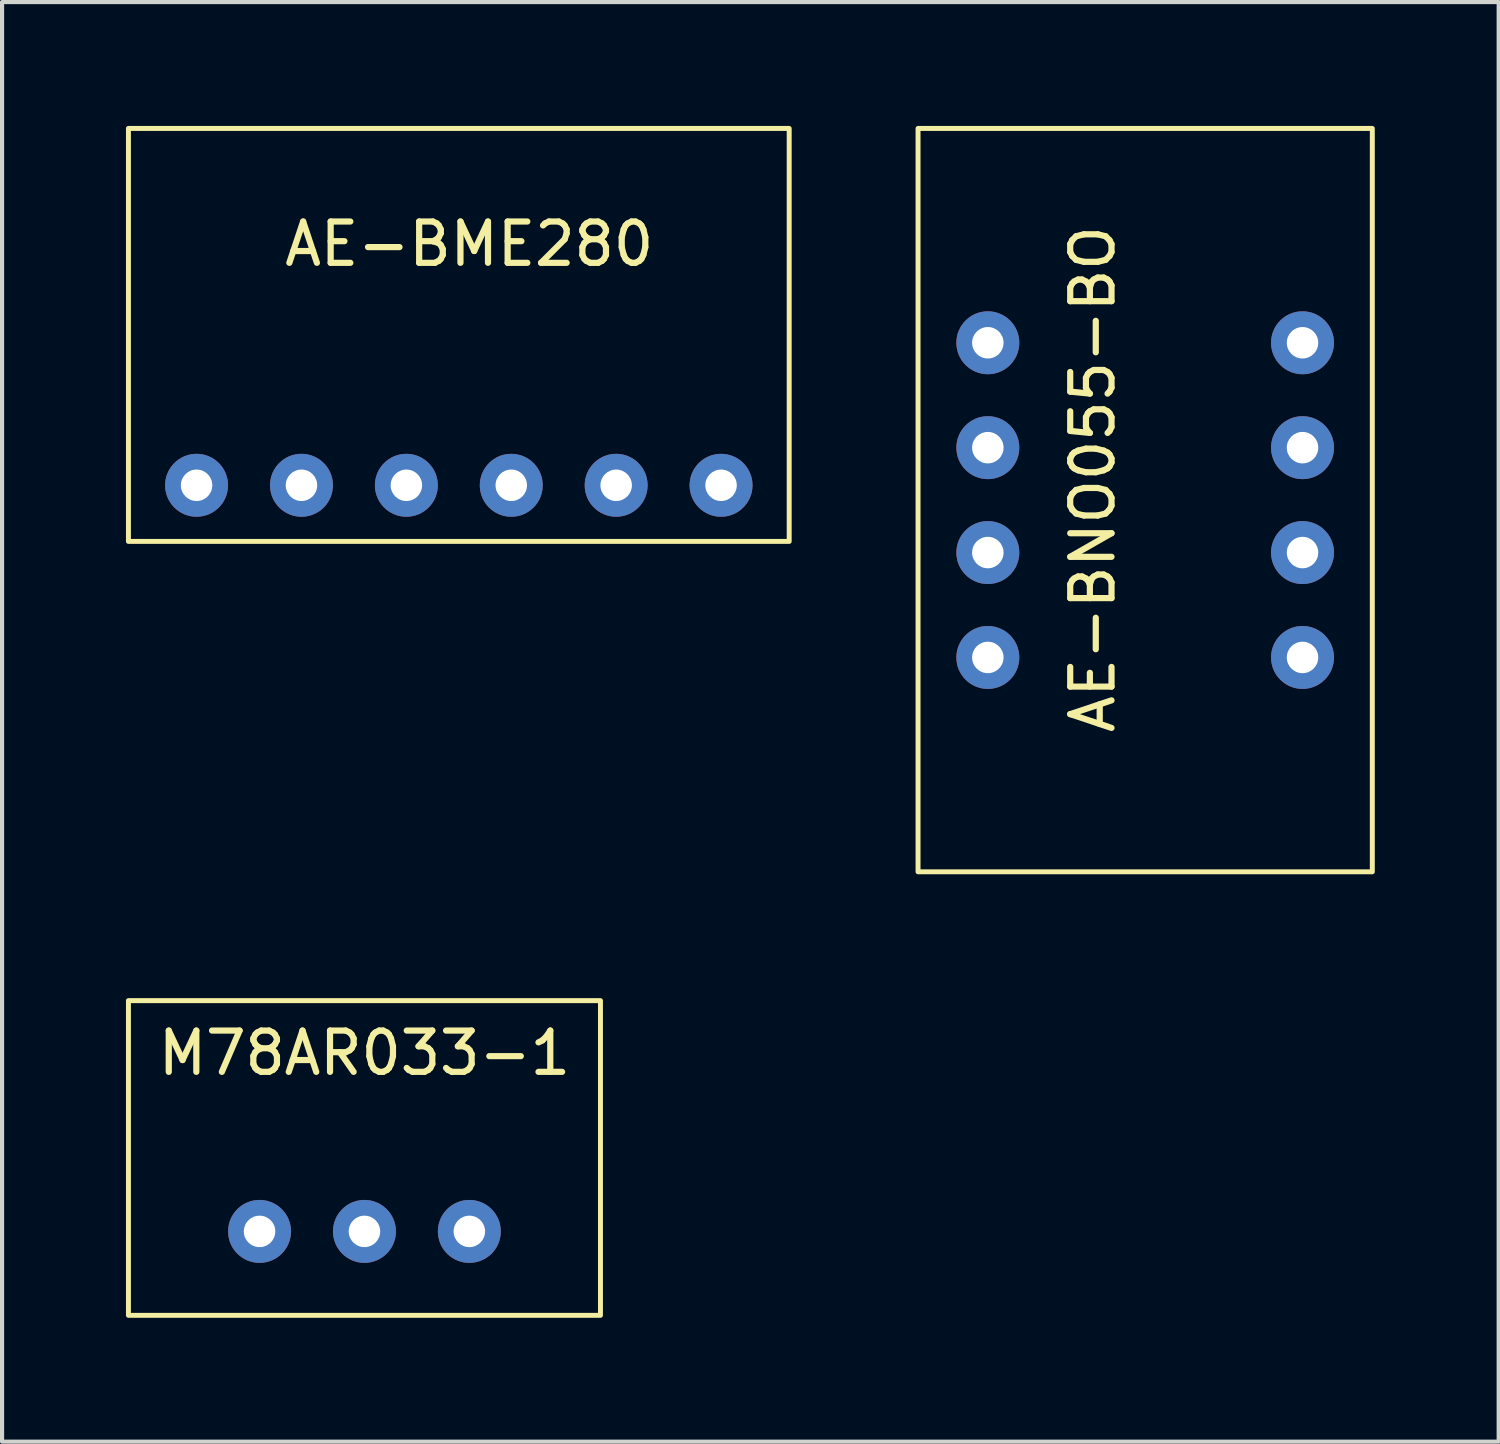
<source format=kicad_pcb>
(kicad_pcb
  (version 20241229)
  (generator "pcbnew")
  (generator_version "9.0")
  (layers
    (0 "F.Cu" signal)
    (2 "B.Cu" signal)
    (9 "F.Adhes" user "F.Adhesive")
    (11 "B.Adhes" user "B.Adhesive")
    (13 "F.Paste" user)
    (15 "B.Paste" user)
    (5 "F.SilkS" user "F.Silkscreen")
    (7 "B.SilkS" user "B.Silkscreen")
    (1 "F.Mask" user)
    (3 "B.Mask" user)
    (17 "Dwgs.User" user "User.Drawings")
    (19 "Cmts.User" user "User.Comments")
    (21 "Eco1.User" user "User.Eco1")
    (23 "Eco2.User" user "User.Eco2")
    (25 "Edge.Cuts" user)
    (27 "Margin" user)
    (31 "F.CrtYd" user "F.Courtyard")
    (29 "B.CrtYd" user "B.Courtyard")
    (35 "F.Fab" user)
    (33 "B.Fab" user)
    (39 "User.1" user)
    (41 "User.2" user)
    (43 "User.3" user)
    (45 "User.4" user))
  (footprint "AE-BME280"
    (layer "F.Cu")
    (at 8.06 8.701)
    (property "Reference" "AE-BME280" (at 0.254 -5.842 0) (unlocked yes) (layer "F.SilkS") (effects (font (size 1 1) (thickness 0.15))))
    (attr through_hole)
    (fp_rect (start -8 -8.641) (end 8 1.359) (stroke (width 0.12) (type default)) (fill no) (layer "F.SilkS"))
    (pad "1" thru_hole circle (at -6.35 0) (size 1.524 1.524) (drill 0.762) (layers "*.Cu" "*.Mask"))
    (pad "2" thru_hole circle (at -3.81 0) (size 1.524 1.524) (drill 0.762) (layers "*.Cu" "*.Mask"))
    (pad "3" thru_hole circle (at -1.27 0) (size 1.524 1.524) (drill 0.762) (layers "*.Cu" "*.Mask"))
    (pad "4" thru_hole circle (at 1.27 0) (size 1.524 1.524) (drill 0.762) (layers "*.Cu" "*.Mask"))
    (pad "5" thru_hole circle (at 3.81 0) (size 1.524 1.524) (drill 0.762) (layers "*.Cu" "*.Mask"))
    (pad "6" thru_hole circle (at 6.35 0) (size 1.524 1.524) (drill 0.762) (layers "*.Cu" "*.Mask")))
  (footprint "AE-BNO055-BO"
    (layer "F.Cu")
    (at 24.68 9.06)
    (property "Reference" "AE-BNO055-BO" (at -1.27 -0.508 90) (unlocked yes) (layer "F.SilkS") (effects (font (size 1 1) (thickness 0.15))))
    (attr through_hole)
    (fp_rect (start -5.5 -9) (end 5.5 9) (stroke (width 0.12) (type default)) (fill no) (layer "F.SilkS"))
    (pad "1" thru_hole circle (at -3.81 -3.81) (size 1.524 1.524) (drill 0.762) (layers "*.Cu" "*.Mask"))
    (pad "2" thru_hole circle (at -3.81 -1.27) (size 1.524 1.524) (drill 0.762) (layers "*.Cu" "*.Mask"))
    (pad "3" thru_hole circle (at -3.81 1.27) (size 1.524 1.524) (drill 0.762) (layers "*.Cu" "*.Mask"))
    (pad "4" thru_hole circle (at -3.81 3.81) (size 1.524 1.524) (drill 0.762) (layers "*.Cu" "*.Mask"))
    (pad "5" thru_hole circle (at 3.81 3.81) (size 1.524 1.524) (drill 0.762) (layers "*.Cu" "*.Mask"))
    (pad "6" thru_hole circle (at 3.81 1.27) (size 1.524 1.524) (drill 0.762) (layers "*.Cu" "*.Mask"))
    (pad "7" thru_hole circle (at 3.81 -1.27) (size 1.524 1.524) (drill 0.762) (layers "*.Cu" "*.Mask"))
    (pad "8" thru_hole circle (at 3.81 -3.81) (size 1.524 1.524) (drill 0.762) (layers "*.Cu" "*.Mask")))
  (footprint "M78AR033-1"
    (layer "F.Cu")
    (at 5.775 26.768)
    (property "Reference" "M78AR033-1" (at 0 -4.318 0) (unlocked yes) (layer "F.SilkS") (effects (font (size 1 1) (thickness 0.15))))
    (attr through_hole)
    (fp_rect (start -5.715 -5.588) (end 5.715 2.032) (stroke (width 0.12) (type default)) (fill no) (layer "F.SilkS"))
    (pad "1" thru_hole circle (at -2.54 0) (size 1.524 1.524) (drill 0.762) (layers "*.Cu" "*.Mask"))
    (pad "2" thru_hole circle (at 0 0) (size 1.524 1.524) (drill 0.762) (layers "*.Cu" "*.Mask"))
    (pad "3" thru_hole circle (at 2.54 0) (size 1.524 1.524) (drill 0.762) (layers "*.Cu" "*.Mask")))
  (gr_rect
    (start -3 -3)
    (end 33.24 31.86)
    (stroke (width 0.1) (type default))
    (fill no)
    (layer "Edge.Cuts")))
</source>
